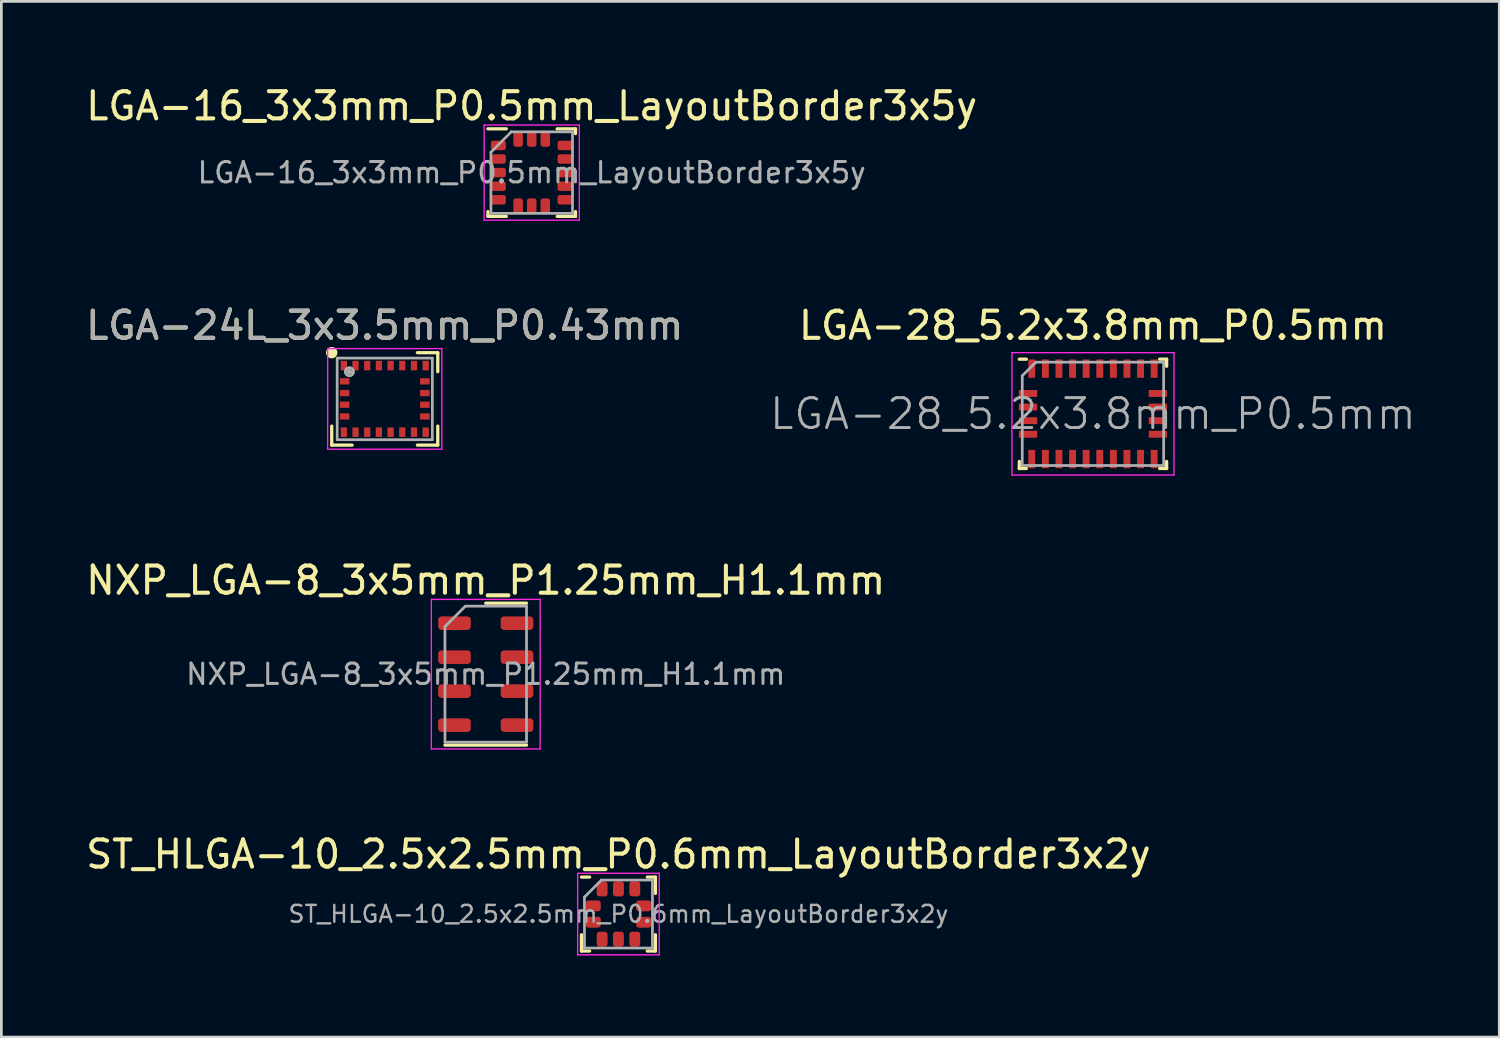
<source format=kicad_pcb>
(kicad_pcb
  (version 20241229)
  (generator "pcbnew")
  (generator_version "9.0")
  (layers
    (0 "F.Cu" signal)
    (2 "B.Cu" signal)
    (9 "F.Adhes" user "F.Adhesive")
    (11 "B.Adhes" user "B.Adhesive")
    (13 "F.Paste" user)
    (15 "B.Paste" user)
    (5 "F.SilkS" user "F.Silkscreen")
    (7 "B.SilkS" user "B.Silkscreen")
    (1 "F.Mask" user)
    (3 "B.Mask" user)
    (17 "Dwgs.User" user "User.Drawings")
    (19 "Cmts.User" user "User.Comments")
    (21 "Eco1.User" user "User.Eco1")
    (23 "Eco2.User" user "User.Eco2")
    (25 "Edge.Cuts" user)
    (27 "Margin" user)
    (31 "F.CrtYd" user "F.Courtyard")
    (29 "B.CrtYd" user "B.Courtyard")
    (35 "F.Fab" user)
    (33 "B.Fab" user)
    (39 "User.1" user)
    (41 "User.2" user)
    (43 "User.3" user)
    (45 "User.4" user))
  (footprint "LGA-24L_3x3.5mm_P0.43mm"
    (layer "F.Cu")
    (at 11.101 11.621)
    (property "Reference" "LGA-24L_3x3.5mm_P0.43mm" (at 0 -2.7 0) (layer "F.SilkS") (effects (font (size 1 1) (thickness 0.15))))
    (attr smd)
    (fp_line (start -1.95 1.7) (end -1.95 1) (stroke (width 0.12) (type solid)) (layer "F.SilkS"))
    (fp_line (start -1.2 1.7) (end -1.95 1.7) (stroke (width 0.12) (type solid)) (layer "F.SilkS"))
    (fp_line (start 1.2 -1.7) (end 1.95 -1.7) (stroke (width 0.12) (type solid)) (layer "F.SilkS"))
    (fp_line (start 1.95 -1.7) (end 1.95 -1) (stroke (width 0.12) (type solid)) (layer "F.SilkS"))
    (fp_line (start 1.95 1) (end 1.95 1.7) (stroke (width 0.12) (type solid)) (layer "F.SilkS"))
    (fp_line (start 1.95 1.7) (end 1.2 1.7) (stroke (width 0.12) (type solid)) (layer "F.SilkS"))
    (fp_circle (center -1.95 -1.7) (end -1.89 -1.7) (stroke (width 0.12) (type solid)) (fill no) (layer "F.SilkS"))
    (fp_circle (center -1.95 -1.7) (end -1.8 -1.7) (stroke (width 0.12) (type solid)) (fill no) (layer "F.SilkS"))
    (fp_line (start -2.1 -1.85) (end 2.1 -1.85) (stroke (width 0.05) (type solid)) (layer "F.CrtYd"))
    (fp_line (start -2.1 1.85) (end -2.1 -1.85) (stroke (width 0.05) (type solid)) (layer "F.CrtYd"))
    (fp_line (start 2.1 -1.85) (end 2.1 1.85) (stroke (width 0.05) (type solid)) (layer "F.CrtYd"))
    (fp_line (start 2.1 1.85) (end -2.1 1.85) (stroke (width 0.05) (type solid)) (layer "F.CrtYd"))
    (fp_line (start -1.75 -1.5) (end 1.75 -1.5) (stroke (width 0.1) (type solid)) (layer "F.Fab"))
    (fp_line (start -1.75 1.5) (end -1.75 -1.5) (stroke (width 0.1) (type solid)) (layer "F.Fab"))
    (fp_line (start 1.75 -1.5) (end 1.75 1.5) (stroke (width 0.1) (type solid)) (layer "F.Fab"))
    (fp_line (start 1.75 1.5) (end -1.75 1.5) (stroke (width 0.1) (type solid)) (layer "F.Fab"))
    (fp_circle (center -1.3 -1) (end -1.3 -0.95) (stroke (width 0.1) (type solid)) (fill no) (layer "F.Fab"))
    (fp_circle (center -1.3 -1) (end -1.3 -0.85) (stroke (width 0.1) (type solid)) (fill no) (layer "F.Fab"))
    (fp_text user "${REFERENCE}" (at 0 -2.7 0) (layer "F.Fab") (effects (font (size 1 1) (thickness 0.15))))
    (pad "1" smd rect (at -1.505 -1.225) (size 0.23 0.35) (layers "F.Cu" "F.Mask" "F.Paste"))
    (pad "2" smd rect (at -1.475 -0.645) (size 0.35 0.23) (layers "F.Cu" "F.Mask" "F.Paste"))
    (pad "3" smd rect (at -1.475 -0.215) (size 0.35 0.23) (layers "F.Cu" "F.Mask" "F.Paste"))
    (pad "4" smd rect (at -1.475 0.215) (size 0.35 0.23) (layers "F.Cu" "F.Mask" "F.Paste"))
    (pad "5" smd rect (at -1.475 0.645) (size 0.35 0.23) (layers "F.Cu" "F.Mask" "F.Paste"))
    (pad "6" smd rect (at -1.505 1.225) (size 0.23 0.35) (layers "F.Cu" "F.Mask" "F.Paste"))
    (pad "7" smd rect (at -1.075 1.225) (size 0.23 0.35) (layers "F.Cu" "F.Mask" "F.Paste"))
    (pad "8" smd rect (at -0.645 1.225) (size 0.23 0.35) (layers "F.Cu" "F.Mask" "F.Paste"))
    (pad "9" smd rect (at -0.215 1.225) (size 0.23 0.35) (layers "F.Cu" "F.Mask" "F.Paste"))
    (pad "10" smd rect (at 0.215 1.225) (size 0.23 0.35) (layers "F.Cu" "F.Mask" "F.Paste"))
    (pad "11" smd rect (at 0.645 1.225) (size 0.23 0.35) (layers "F.Cu" "F.Mask" "F.Paste"))
    (pad "12" smd rect (at 1.075 1.225) (size 0.23 0.35) (layers "F.Cu" "F.Mask" "F.Paste"))
    (pad "13" smd rect (at 1.505 1.225) (size 0.23 0.35) (layers "F.Cu" "F.Mask" "F.Paste"))
    (pad "14" smd rect (at 1.475 0.645) (size 0.35 0.23) (layers "F.Cu" "F.Mask" "F.Paste"))
    (pad "15" smd rect (at 1.475 0.215) (size 0.35 0.23) (layers "F.Cu" "F.Mask" "F.Paste"))
    (pad "16" smd rect (at 1.475 -0.215) (size 0.35 0.23) (layers "F.Cu" "F.Mask" "F.Paste"))
    (pad "17" smd rect (at 1.475 -0.645) (size 0.35 0.23) (layers "F.Cu" "F.Mask" "F.Paste"))
    (pad "18" smd rect (at 1.505 -1.225) (size 0.23 0.35) (layers "F.Cu" "F.Mask" "F.Paste"))
    (pad "19" smd rect (at 1.075 -1.225) (size 0.23 0.35) (layers "F.Cu" "F.Mask" "F.Paste"))
    (pad "20" smd rect (at 0.645 -1.225) (size 0.23 0.35) (layers "F.Cu" "F.Mask" "F.Paste"))
    (pad "21" smd rect (at 0.215 -1.225) (size 0.23 0.35) (layers "F.Cu" "F.Mask" "F.Paste"))
    (pad "22" smd rect (at -0.215 -1.225) (size 0.23 0.35) (layers "F.Cu" "F.Mask" "F.Paste"))
    (pad "23" smd rect (at -0.645 -1.225) (size 0.23 0.35) (layers "F.Cu" "F.Mask" "F.Paste"))
    (pad "24" smd rect (at -1.075 -1.225) (size 0.23 0.35) (layers "F.Cu" "F.Mask" "F.Paste")))
  (footprint "NXP_LGA-8_3x5mm_P1.25mm_H1.1mm"
    (layer "F.Cu")
    (at 14.815 21.745)
    (property "Reference" "NXP_LGA-8_3x5mm_P1.25mm_H1.1mm" (at 0 -3.45 0) (layer "F.SilkS") (effects (font (size 1 1) (thickness 0.15))))
    (attr smd)
    (fp_line (start -1.5 2.61) (end 1.5 2.61) (stroke (width 0.12) (type solid)) (layer "F.SilkS"))
    (fp_line (start 0 -2.61) (end 1.5 -2.61) (stroke (width 0.12) (type solid)) (layer "F.SilkS"))
    (fp_line (start -2 -2.75) (end -2 2.75) (stroke (width 0.05) (type solid)) (layer "F.CrtYd"))
    (fp_line (start -2 2.75) (end 2 2.75) (stroke (width 0.05) (type solid)) (layer "F.CrtYd"))
    (fp_line (start 2 -2.75) (end -2 -2.75) (stroke (width 0.05) (type solid)) (layer "F.CrtYd"))
    (fp_line (start 2 2.75) (end 2 -2.75) (stroke (width 0.05) (type solid)) (layer "F.CrtYd"))
    (fp_line (start -1.5 -1.75) (end -0.75 -2.5) (stroke (width 0.1) (type solid)) (layer "F.Fab"))
    (fp_line (start -1.5 2.5) (end -1.5 -1.75) (stroke (width 0.1) (type solid)) (layer "F.Fab"))
    (fp_line (start -0.75 -2.5) (end 1.5 -2.5) (stroke (width 0.1) (type solid)) (layer "F.Fab"))
    (fp_line (start 1.5 -2.5) (end 1.5 2.5) (stroke (width 0.1) (type solid)) (layer "F.Fab"))
    (fp_line (start 1.5 2.5) (end -1.5 2.5) (stroke (width 0.1) (type solid)) (layer "F.Fab"))
    (fp_text user "${REFERENCE}" (at 0 0 0) (layer "F.Fab") (effects (font (size 0.75 0.75) (thickness 0.11))))
    (pad "1" smd roundrect (at -1.15 -1.875) (size 1.2 0.5) (layers "F.Cu" "F.Mask" "F.Paste") (roundrect_rratio 0.25))
    (pad "2" smd roundrect (at -1.15 -0.625) (size 1.2 0.5) (layers "F.Cu" "F.Mask" "F.Paste") (roundrect_rratio 0.25))
    (pad "3" smd roundrect (at -1.15 0.625) (size 1.2 0.5) (layers "F.Cu" "F.Mask" "F.Paste") (roundrect_rratio 0.25))
    (pad "4" smd roundrect (at -1.15 1.875) (size 1.2 0.5) (layers "F.Cu" "F.Mask" "F.Paste") (roundrect_rratio 0.25))
    (pad "5" smd roundrect (at 1.15 1.875) (size 1.2 0.5) (layers "F.Cu" "F.Mask" "F.Paste") (roundrect_rratio 0.25))
    (pad "6" smd roundrect (at 1.15 0.625) (size 1.2 0.5) (layers "F.Cu" "F.Mask" "F.Paste") (roundrect_rratio 0.25))
    (pad "7" smd roundrect (at 1.15 -0.625) (size 1.2 0.5) (layers "F.Cu" "F.Mask" "F.Paste") (roundrect_rratio 0.25))
    (pad "8" smd roundrect (at 1.15 -1.875) (size 1.2 0.5) (layers "F.Cu" "F.Mask" "F.Paste") (roundrect_rratio 0.25)))
  (footprint "ST_HLGA-10_2.5x2.5mm_P0.6mm_LayoutBorder3x2y"
    (layer "F.Cu")
    (at 19.696 30.568)
    (property "Reference" "ST_HLGA-10_2.5x2.5mm_P0.6mm_LayoutBorder3x2y" (at 0 -2.2 0) (layer "F.SilkS") (effects (font (size 1 1) (thickness 0.15))))
    (attr smd)
    (fp_line (start -1.36 1.36) (end -1.36 0.76) (stroke (width 0.12) (type solid)) (layer "F.SilkS"))
    (fp_line (start -1.06 -1.36) (end -1.36 -1.36) (stroke (width 0.12) (type solid)) (layer "F.SilkS"))
    (fp_line (start -1.06 1.36) (end -1.36 1.36) (stroke (width 0.12) (type solid)) (layer "F.SilkS"))
    (fp_line (start 1.06 -1.36) (end 1.36 -1.36) (stroke (width 0.12) (type solid)) (layer "F.SilkS"))
    (fp_line (start 1.06 1.36) (end 1.36 1.36) (stroke (width 0.12) (type solid)) (layer "F.SilkS"))
    (fp_line (start 1.36 -1.36) (end 1.36 -0.76) (stroke (width 0.12) (type solid)) (layer "F.SilkS"))
    (fp_line (start 1.36 1.36) (end 1.36 0.76) (stroke (width 0.12) (type solid)) (layer "F.SilkS"))
    (fp_line (start -1.5 -1.5) (end -1.5 1.5) (stroke (width 0.05) (type solid)) (layer "F.CrtYd"))
    (fp_line (start -1.5 1.5) (end 1.5 1.5) (stroke (width 0.05) (type solid)) (layer "F.CrtYd"))
    (fp_line (start 1.5 -1.5) (end -1.5 -1.5) (stroke (width 0.05) (type solid)) (layer "F.CrtYd"))
    (fp_line (start 1.5 1.5) (end 1.5 -1.5) (stroke (width 0.05) (type solid)) (layer "F.CrtYd"))
    (fp_line (start -1.25 -0.625) (end -0.625 -1.25) (stroke (width 0.1) (type solid)) (layer "F.Fab"))
    (fp_line (start -1.25 1.25) (end -1.25 -0.625) (stroke (width 0.1) (type solid)) (layer "F.Fab"))
    (fp_line (start -0.625 -1.25) (end 1.25 -1.25) (stroke (width 0.1) (type solid)) (layer "F.Fab"))
    (fp_line (start 1.25 -1.25) (end 1.25 1.25) (stroke (width 0.1) (type solid)) (layer "F.Fab"))
    (fp_line (start 1.25 1.25) (end -1.25 1.25) (stroke (width 0.1) (type solid)) (layer "F.Fab"))
    (fp_text user "${REFERENCE}" (at 0 0 0) (layer "F.Fab") (effects (font (size 0.62 0.62) (thickness 0.09))))
    (pad "1" smd roundrect (at -0.925 -0.3) (size 0.55 0.4) (layers "F.Cu" "F.Mask" "F.Paste") (roundrect_rratio 0.25))
    (pad "2" smd roundrect (at -0.925 0.3) (size 0.55 0.4) (layers "F.Cu" "F.Mask" "F.Paste") (roundrect_rratio 0.25))
    (pad "3" smd roundrect (at -0.6 0.925) (size 0.4 0.55) (layers "F.Cu" "F.Mask" "F.Paste") (roundrect_rratio 0.25))
    (pad "4" smd roundrect (at 0 0.925) (size 0.4 0.55) (layers "F.Cu" "F.Mask" "F.Paste") (roundrect_rratio 0.25))
    (pad "5" smd roundrect (at 0.6 0.925) (size 0.4 0.55) (layers "F.Cu" "F.Mask" "F.Paste") (roundrect_rratio 0.25))
    (pad "6" smd roundrect (at 0.925 0.3) (size 0.55 0.4) (layers "F.Cu" "F.Mask" "F.Paste") (roundrect_rratio 0.25))
    (pad "7" smd roundrect (at 0.925 -0.3) (size 0.55 0.4) (layers "F.Cu" "F.Mask" "F.Paste") (roundrect_rratio 0.25))
    (pad "8" smd roundrect (at 0.6 -0.925) (size 0.4 0.55) (layers "F.Cu" "F.Mask" "F.Paste") (roundrect_rratio 0.25))
    (pad "9" smd roundrect (at 0 -0.925) (size 0.4 0.55) (layers "F.Cu" "F.Mask" "F.Paste") (roundrect_rratio 0.25))
    (pad "10" smd roundrect (at -0.6 -0.925) (size 0.4 0.55) (layers "F.Cu" "F.Mask" "F.Paste") (roundrect_rratio 0.25)))
  (footprint "LGA-28_5.2x3.8mm_P0.5mm"
    (layer "F.Cu")
    (at 37.148 12.171)
    (property "Reference" "LGA-28_5.2x3.8mm_P0.5mm" (at 0 -3.25 0) (layer "F.SilkS") (effects (font (size 1 1) (thickness 0.15))))
    (attr smd)
    (fp_line (start -2.71 -2.01) (end -2.45 -2.01) (stroke (width 0.12) (type solid)) (layer "F.SilkS"))
    (fp_line (start -2.71 2.01) (end -2.71 1.75) (stroke (width 0.12) (type solid)) (layer "F.SilkS"))
    (fp_line (start -2.71 2.01) (end -2.45 2.01) (stroke (width 0.12) (type solid)) (layer "F.SilkS"))
    (fp_line (start 2.71 -2.01) (end 2.45 -2.01) (stroke (width 0.12) (type solid)) (layer "F.SilkS"))
    (fp_line (start 2.71 -2.01) (end 2.71 -1.75) (stroke (width 0.12) (type solid)) (layer "F.SilkS"))
    (fp_line (start 2.71 2.01) (end 2.45 2.01) (stroke (width 0.12) (type solid)) (layer "F.SilkS"))
    (fp_line (start 2.71 2.01) (end 2.71 1.75) (stroke (width 0.12) (type solid)) (layer "F.SilkS"))
    (fp_line (start -2.98 -2.25) (end -2.98 2.25) (stroke (width 0.05) (type solid)) (layer "F.CrtYd"))
    (fp_line (start -2.98 2.25) (end 2.98 2.25) (stroke (width 0.05) (type solid)) (layer "F.CrtYd"))
    (fp_line (start 2.98 -2.25) (end -2.98 -2.25) (stroke (width 0.05) (type solid)) (layer "F.CrtYd"))
    (fp_line (start 2.98 2.25) (end 2.98 -2.25) (stroke (width 0.05) (type solid)) (layer "F.CrtYd"))
    (fp_line (start -2.6 -1.4) (end -2.6 1.9) (stroke (width 0.1) (type solid)) (layer "F.Fab"))
    (fp_line (start -2.6 -1.4) (end -2.1 -1.9) (stroke (width 0.1) (type solid)) (layer "F.Fab"))
    (fp_line (start -2.6 1.9) (end 2.6 1.9) (stroke (width 0.1) (type solid)) (layer "F.Fab"))
    (fp_line (start 2.6 -1.9) (end -2.1 -1.9) (stroke (width 0.1) (type solid)) (layer "F.Fab"))
    (fp_line (start 2.6 1.9) (end 2.6 -1.9) (stroke (width 0.1) (type solid)) (layer "F.Fab"))
    (fp_text user "${REFERENCE}" (at 0 0 0) (layer "F.Fab") (effects (font (size 1.1 1.1) (thickness 0.11))))
    (pad "1" smd rect (at -2.25 -1.663) (size 0.254 0.675) (layers "F.Cu" "F.Mask" "F.Paste"))
    (pad "2" smd rect (at -2.388 -0.75 90) (size 0.254 0.675) (layers "F.Cu" "F.Mask" "F.Paste"))
    (pad "3" smd rect (at -2.388 -0.25 90) (size 0.254 0.675) (layers "F.Cu" "F.Mask" "F.Paste"))
    (pad "4" smd rect (at -2.388 0.25 90) (size 0.254 0.675) (layers "F.Cu" "F.Mask" "F.Paste"))
    (pad "5" smd rect (at -2.388 0.75 90) (size 0.254 0.675) (layers "F.Cu" "F.Mask" "F.Paste"))
    (pad "6" smd rect (at -2.25 1.663) (size 0.254 0.675) (layers "F.Cu" "F.Mask" "F.Paste"))
    (pad "7" smd rect (at -1.75 1.663) (size 0.254 0.675) (layers "F.Cu" "F.Mask" "F.Paste"))
    (pad "8" smd rect (at -1.25 1.663) (size 0.254 0.675) (layers "F.Cu" "F.Mask" "F.Paste"))
    (pad "9" smd rect (at -0.75 1.663) (size 0.254 0.675) (layers "F.Cu" "F.Mask" "F.Paste"))
    (pad "10" smd rect (at -0.25 1.663) (size 0.254 0.675) (layers "F.Cu" "F.Mask" "F.Paste"))
    (pad "11" smd rect (at 0.25 1.663) (size 0.254 0.675) (layers "F.Cu" "F.Mask" "F.Paste"))
    (pad "12" smd rect (at 0.75 1.663) (size 0.254 0.675) (layers "F.Cu" "F.Mask" "F.Paste"))
    (pad "13" smd rect (at 1.25 1.663) (size 0.254 0.675) (layers "F.Cu" "F.Mask" "F.Paste"))
    (pad "14" smd rect (at 1.75 1.663) (size 0.254 0.675) (layers "F.Cu" "F.Mask" "F.Paste"))
    (pad "15" smd rect (at 2.25 1.663) (size 0.254 0.675) (layers "F.Cu" "F.Mask" "F.Paste"))
    (pad "16" smd rect (at 2.388 0.75 90) (size 0.254 0.675) (layers "F.Cu" "F.Mask" "F.Paste"))
    (pad "17" smd rect (at 2.388 0.25 90) (size 0.254 0.675) (layers "F.Cu" "F.Mask" "F.Paste"))
    (pad "18" smd rect (at 2.388 -0.25 90) (size 0.254 0.675) (layers "F.Cu" "F.Mask" "F.Paste"))
    (pad "19" smd rect (at 2.388 -0.75 90) (size 0.254 0.675) (layers "F.Cu" "F.Mask" "F.Paste"))
    (pad "20" smd rect (at 2.25 -1.663) (size 0.254 0.675) (layers "F.Cu" "F.Mask" "F.Paste"))
    (pad "21" smd rect (at 1.75 -1.663) (size 0.254 0.675) (layers "F.Cu" "F.Mask" "F.Paste"))
    (pad "22" smd rect (at 1.25 -1.663) (size 0.254 0.675) (layers "F.Cu" "F.Mask" "F.Paste"))
    (pad "23" smd rect (at 0.75 -1.663) (size 0.254 0.675) (layers "F.Cu" "F.Mask" "F.Paste"))
    (pad "24" smd rect (at 0.25 -1.663) (size 0.254 0.675) (layers "F.Cu" "F.Mask" "F.Paste"))
    (pad "25" smd rect (at -0.25 -1.663) (size 0.254 0.675) (layers "F.Cu" "F.Mask" "F.Paste"))
    (pad "26" smd rect (at -0.75 -1.663) (size 0.254 0.675) (layers "F.Cu" "F.Mask" "F.Paste"))
    (pad "27" smd rect (at -1.25 -1.663) (size 0.254 0.675) (layers "F.Cu" "F.Mask" "F.Paste"))
    (pad "28" smd rect (at -1.75 -1.663) (size 0.254 0.675) (layers "F.Cu" "F.Mask" "F.Paste")))
  (footprint "LGA-16_3x3mm_P0.5mm_LayoutBorder3x5y"
    (layer "F.Cu")
    (at 16.506 3.298)
    (property "Reference" "LGA-16_3x3mm_P0.5mm_LayoutBorder3x5y" (at 0 -2.45 0) (layer "F.SilkS") (effects (font (size 1 1) (thickness 0.15))))
    (attr smd)
    (fp_line (start -1.61 1.61) (end -1.61 1.435) (stroke (width 0.12) (type solid)) (layer "F.SilkS"))
    (fp_line (start -0.935 -1.61) (end -1.61 -1.61) (stroke (width 0.12) (type solid)) (layer "F.SilkS"))
    (fp_line (start -0.935 1.61) (end -1.61 1.61) (stroke (width 0.12) (type solid)) (layer "F.SilkS"))
    (fp_line (start 0.935 -1.61) (end 1.61 -1.61) (stroke (width 0.12) (type solid)) (layer "F.SilkS"))
    (fp_line (start 0.935 1.61) (end 1.61 1.61) (stroke (width 0.12) (type solid)) (layer "F.SilkS"))
    (fp_line (start 1.61 -1.61) (end 1.61 -1.435) (stroke (width 0.12) (type solid)) (layer "F.SilkS"))
    (fp_line (start 1.61 1.61) (end 1.61 1.435) (stroke (width 0.12) (type solid)) (layer "F.SilkS"))
    (fp_line (start -1.75 -1.75) (end -1.75 1.75) (stroke (width 0.05) (type solid)) (layer "F.CrtYd"))
    (fp_line (start -1.75 1.75) (end 1.75 1.75) (stroke (width 0.05) (type solid)) (layer "F.CrtYd"))
    (fp_line (start 1.75 -1.75) (end -1.75 -1.75) (stroke (width 0.05) (type solid)) (layer "F.CrtYd"))
    (fp_line (start 1.75 1.75) (end 1.75 -1.75) (stroke (width 0.05) (type solid)) (layer "F.CrtYd"))
    (fp_line (start -1.5 -0.75) (end -0.75 -1.5) (stroke (width 0.1) (type solid)) (layer "F.Fab"))
    (fp_line (start -1.5 1.5) (end -1.5 -0.75) (stroke (width 0.1) (type solid)) (layer "F.Fab"))
    (fp_line (start -0.75 -1.5) (end 1.5 -1.5) (stroke (width 0.1) (type solid)) (layer "F.Fab"))
    (fp_line (start 1.5 -1.5) (end 1.5 1.5) (stroke (width 0.1) (type solid)) (layer "F.Fab"))
    (fp_line (start 1.5 1.5) (end -1.5 1.5) (stroke (width 0.1) (type solid)) (layer "F.Fab"))
    (fp_text user "${REFERENCE}" (at 0 0 0) (layer "F.Fab") (effects (font (size 0.75 0.75) (thickness 0.11))))
    (pad "1" smd roundrect (at -1.225 -1) (size 0.55 0.35) (layers "F.Cu" "F.Mask" "F.Paste") (roundrect_rratio 0.25))
    (pad "2" smd roundrect (at -1.225 -0.5) (size 0.55 0.35) (layers "F.Cu" "F.Mask" "F.Paste") (roundrect_rratio 0.25))
    (pad "3" smd roundrect (at -1.225 0) (size 0.55 0.35) (layers "F.Cu" "F.Mask" "F.Paste") (roundrect_rratio 0.25))
    (pad "4" smd roundrect (at -1.225 0.5) (size 0.55 0.35) (layers "F.Cu" "F.Mask" "F.Paste") (roundrect_rratio 0.25))
    (pad "5" smd roundrect (at -1.225 1) (size 0.55 0.35) (layers "F.Cu" "F.Mask" "F.Paste") (roundrect_rratio 0.25))
    (pad "6" smd roundrect (at -0.5 1.225) (size 0.35 0.55) (layers "F.Cu" "F.Mask" "F.Paste") (roundrect_rratio 0.25))
    (pad "7" smd roundrect (at 0 1.225) (size 0.35 0.55) (layers "F.Cu" "F.Mask" "F.Paste") (roundrect_rratio 0.25))
    (pad "8" smd roundrect (at 0.5 1.225) (size 0.35 0.55) (layers "F.Cu" "F.Mask" "F.Paste") (roundrect_rratio 0.25))
    (pad "9" smd roundrect (at 1.225 1) (size 0.55 0.35) (layers "F.Cu" "F.Mask" "F.Paste") (roundrect_rratio 0.25))
    (pad "10" smd roundrect (at 1.225 0.5) (size 0.55 0.35) (layers "F.Cu" "F.Mask" "F.Paste") (roundrect_rratio 0.25))
    (pad "11" smd roundrect (at 1.225 0) (size 0.55 0.35) (layers "F.Cu" "F.Mask" "F.Paste") (roundrect_rratio 0.25))
    (pad "12" smd roundrect (at 1.225 -0.5) (size 0.55 0.35) (layers "F.Cu" "F.Mask" "F.Paste") (roundrect_rratio 0.25))
    (pad "13" smd roundrect (at 1.225 -1) (size 0.55 0.35) (layers "F.Cu" "F.Mask" "F.Paste") (roundrect_rratio 0.25))
    (pad "14" smd roundrect (at 0.5 -1.225) (size 0.35 0.55) (layers "F.Cu" "F.Mask" "F.Paste") (roundrect_rratio 0.25))
    (pad "15" smd roundrect (at 0 -1.225) (size 0.35 0.55) (layers "F.Cu" "F.Mask" "F.Paste") (roundrect_rratio 0.25))
    (pad "16" smd roundrect (at -0.5 -1.225) (size 0.35 0.55) (layers "F.Cu" "F.Mask" "F.Paste") (roundrect_rratio 0.25)))
  (gr_rect
    (start -3 -3)
    (end 52.093 35.093)
    (stroke (width 0.1) (type default))
    (fill no)
    (layer "Edge.Cuts")))
</source>
